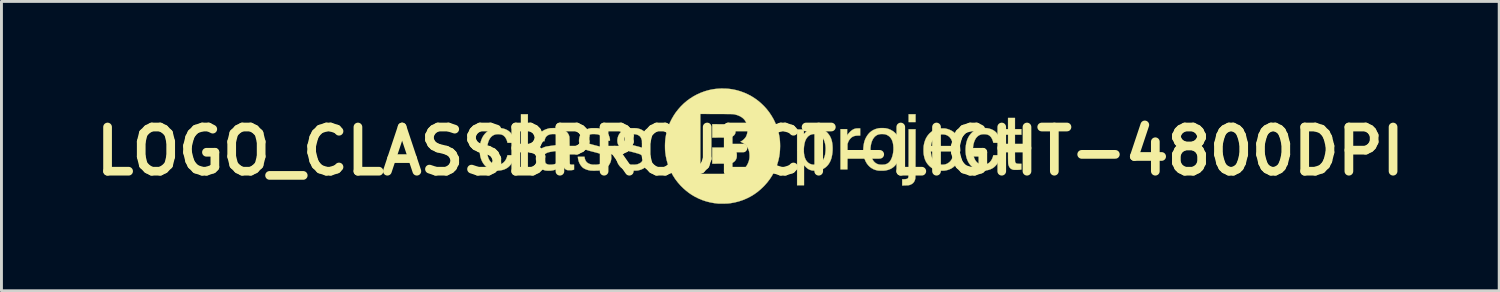
<source format=kicad_pcb>
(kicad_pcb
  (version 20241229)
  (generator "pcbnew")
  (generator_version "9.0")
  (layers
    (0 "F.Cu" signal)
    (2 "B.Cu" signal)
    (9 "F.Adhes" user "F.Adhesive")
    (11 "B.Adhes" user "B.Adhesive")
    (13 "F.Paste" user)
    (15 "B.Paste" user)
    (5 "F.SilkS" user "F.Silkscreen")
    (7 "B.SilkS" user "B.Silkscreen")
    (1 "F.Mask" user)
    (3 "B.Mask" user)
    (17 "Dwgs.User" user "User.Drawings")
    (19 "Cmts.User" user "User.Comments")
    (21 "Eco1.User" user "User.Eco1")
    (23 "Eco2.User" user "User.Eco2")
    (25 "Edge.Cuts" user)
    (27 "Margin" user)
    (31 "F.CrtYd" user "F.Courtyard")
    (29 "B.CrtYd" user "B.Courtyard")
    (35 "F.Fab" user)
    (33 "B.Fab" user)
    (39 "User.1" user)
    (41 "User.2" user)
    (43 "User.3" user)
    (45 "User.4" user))
  (footprint "LOGO_CLASSBPROJECT-LIGHT-4800DPI"
    (layer "F.Cu")
    (at 22.831 2.166)
    (property "Reference" "LOGO_CLASSBPROJECT-LIGHT-4800DPI" (at 0 0 0) (layer "F.SilkS") (effects (font (size 1.524 1.524) (thickness 0.3))))
    (attr through_hole)
    (fp_poly (pts (xy -7.673 0.624) (xy -7.911 0.624) (xy -7.911 -1.275) (xy -7.673 -1.275) (xy -7.673 0.624)) (stroke (width 0.01) (type solid)) (fill yes) (layer "F.SilkS"))
    (fp_poly (pts (xy 5.699 -1.005) (xy 5.461 -1.005) (xy 5.461 -1.275) (xy 5.699 -1.275) (xy 5.699 -1.005)) (stroke (width 0.01) (type solid)) (fill yes) (layer "F.SilkS"))
    (fp_poly (pts (xy 3.789 -0.54) (xy 3.718 -0.54) (xy 3.657 -0.537) (xy 3.604 -0.528) (xy 3.557 -0.513) (xy 3.516 -0.492) (xy 3.478 -0.463) (xy 3.457 -0.442) (xy 3.426 -0.406) (xy 3.401 -0.37) (xy 3.381 -0.329) (xy 3.369 -0.298) (xy 3.352 -0.251) (xy 3.351 0.187) (xy 3.349 0.624) (xy 3.111 0.624) (xy 3.111 -0.762) (xy 3.339 -0.762) (xy 3.339 -0.543) (xy 3.354 -0.567) (xy 3.373 -0.593) (xy 3.397 -0.622) (xy 3.424 -0.652) (xy 3.453 -0.681) (xy 3.48 -0.705) (xy 3.484 -0.708) (xy 3.526 -0.738) (xy 3.567 -0.761) (xy 3.609 -0.776) (xy 3.655 -0.785) (xy 3.708 -0.788) (xy 3.722 -0.788) (xy 3.789 -0.788) (xy 3.789 -0.54)) (stroke (width 0.01) (type solid)) (fill yes) (layer "F.SilkS"))
    (fp_poly (pts (xy -1.044 -0.127) (xy -0.97 -0.127) (xy -0.907 -0.127) (xy -0.852 -0.126) (xy -0.805 -0.125) (xy -0.765 -0.123) (xy -0.731 -0.121) (xy -0.702 -0.118) (xy -0.677 -0.115) (xy -0.655 -0.111) (xy -0.636 -0.105) (xy -0.619 -0.099) (xy -0.601 -0.092) (xy -0.589 -0.086) (xy -0.548 -0.061) (xy -0.515 -0.028) (xy -0.489 0.011) (xy -0.473 0.056) (xy -0.469 0.078) (xy -0.467 0.107) (xy -0.466 0.14) (xy -0.467 0.173) (xy -0.47 0.203) (xy -0.471 0.215) (xy -0.485 0.262) (xy -0.507 0.305) (xy -0.537 0.343) (xy -0.573 0.374) (xy -0.605 0.392) (xy -0.619 0.399) (xy -0.633 0.404) (xy -0.646 0.409) (xy -0.66 0.413) (xy -0.676 0.416) (xy -0.695 0.419) (xy -0.717 0.421) (xy -0.744 0.423) (xy -0.776 0.424) (xy -0.815 0.425) (xy -0.861 0.426) (xy -0.915 0.426) (xy -0.979 0.427) (xy -1.012 0.427) (xy -1.312 0.429) (xy -1.312 -0.127) (xy -1.044 -0.127)) (stroke (width 0.01) (type solid)) (fill yes) (layer "F.SilkS"))
    (fp_poly (pts (xy -1.028 -0.93) (xy -0.962 -0.929) (xy -0.906 -0.929) (xy -0.858 -0.928) (xy -0.818 -0.927) (xy -0.784 -0.926) (xy -0.755 -0.924) (xy -0.731 -0.922) (xy -0.711 -0.92) (xy -0.692 -0.917) (xy -0.676 -0.914) (xy -0.659 -0.91) (xy -0.641 -0.905) (xy -0.633 -0.903) (xy -0.597 -0.887) (xy -0.564 -0.862) (xy -0.541 -0.834) (xy -0.529 -0.814) (xy -0.52 -0.794) (xy -0.515 -0.771) (xy -0.512 -0.744) (xy -0.511 -0.709) (xy -0.511 -0.701) (xy -0.511 -0.671) (xy -0.513 -0.65) (xy -0.515 -0.632) (xy -0.52 -0.617) (xy -0.523 -0.608) (xy -0.543 -0.571) (xy -0.571 -0.54) (xy -0.607 -0.515) (xy -0.617 -0.51) (xy -0.632 -0.503) (xy -0.646 -0.497) (xy -0.66 -0.492) (xy -0.674 -0.487) (xy -0.69 -0.484) (xy -0.708 -0.481) (xy -0.73 -0.479) (xy -0.757 -0.477) (xy -0.789 -0.475) (xy -0.827 -0.474) (xy -0.872 -0.474) (xy -0.926 -0.473) (xy -0.989 -0.473) (xy -1.02 -0.472) (xy -1.312 -0.47) (xy -1.312 -0.932) (xy -1.028 -0.93)) (stroke (width 0.01) (type solid)) (fill yes) (layer "F.SilkS"))
    (fp_poly (pts (xy 5.698 0.083) (xy 5.697 0.194) (xy 5.697 0.295) (xy 5.697 0.387) (xy 5.697 0.469) (xy 5.696 0.542) (xy 5.696 0.608) (xy 5.696 0.666) (xy 5.695 0.717) (xy 5.695 0.761) (xy 5.695 0.8) (xy 5.694 0.833) (xy 5.694 0.86) (xy 5.693 0.883) (xy 5.692 0.903) (xy 5.692 0.918) (xy 5.691 0.931) (xy 5.69 0.941) (xy 5.689 0.949) (xy 5.688 0.955) (xy 5.687 0.96) (xy 5.669 1.014) (xy 5.645 1.059) (xy 5.614 1.097) (xy 5.574 1.128) (xy 5.527 1.152) (xy 5.485 1.167) (xy 5.469 1.171) (xy 5.447 1.174) (xy 5.42 1.176) (xy 5.385 1.177) (xy 5.346 1.179) (xy 5.239 1.181) (xy 5.239 0.968) (xy 5.272 0.968) (xy 5.301 0.967) (xy 5.333 0.965) (xy 5.364 0.961) (xy 5.391 0.956) (xy 5.411 0.95) (xy 5.413 0.949) (xy 5.429 0.94) (xy 5.44 0.927) (xy 5.448 0.907) (xy 5.454 0.878) (xy 5.456 0.87) (xy 5.456 0.859) (xy 5.457 0.838) (xy 5.458 0.807) (xy 5.458 0.767) (xy 5.459 0.717) (xy 5.459 0.657) (xy 5.46 0.589) (xy 5.46 0.513) (xy 5.46 0.428) (xy 5.461 0.335) (xy 5.461 0.234) (xy 5.461 0.126) (xy 5.461 0.038) (xy 5.461 -0.757) (xy 5.699 -0.757) (xy 5.698 0.083)) (stroke (width 0.01) (type solid)) (fill yes) (layer "F.SilkS"))
    (fp_poly (pts (xy 9.128 -0.762) (xy 9.35 -0.762) (xy 9.35 -0.572) (xy 9.128 -0.572) (xy 9.128 -0.107) (xy 9.128 -0.026) (xy 9.128 0.045) (xy 9.128 0.107) (xy 9.129 0.16) (xy 9.129 0.205) (xy 9.129 0.244) (xy 9.129 0.275) (xy 9.13 0.301) (xy 9.131 0.322) (xy 9.131 0.338) (xy 9.132 0.351) (xy 9.133 0.36) (xy 9.134 0.368) (xy 9.136 0.373) (xy 9.138 0.377) (xy 9.138 0.378) (xy 9.149 0.397) (xy 9.161 0.412) (xy 9.178 0.422) (xy 9.2 0.429) (xy 9.228 0.432) (xy 9.265 0.434) (xy 9.279 0.434) (xy 9.35 0.434) (xy 9.35 0.628) (xy 9.32 0.635) (xy 9.3 0.638) (xy 9.272 0.641) (xy 9.239 0.642) (xy 9.203 0.643) (xy 9.166 0.644) (xy 9.131 0.643) (xy 9.101 0.642) (xy 9.076 0.64) (xy 9.063 0.638) (xy 9.019 0.622) (xy 8.981 0.599) (xy 8.95 0.569) (xy 8.926 0.53) (xy 8.907 0.483) (xy 8.899 0.451) (xy 8.897 0.444) (xy 8.896 0.435) (xy 8.895 0.424) (xy 8.894 0.41) (xy 8.893 0.393) (xy 8.892 0.371) (xy 8.892 0.345) (xy 8.891 0.313) (xy 8.891 0.275) (xy 8.89 0.23) (xy 8.89 0.177) (xy 8.89 0.117) (xy 8.89 0.047) (xy 8.89 -0.032) (xy 8.89 -0.079) (xy 8.89 -0.572) (xy 8.7 -0.572) (xy 8.7 -0.762) (xy 8.89 -0.762) (xy 8.89 -1.148) (xy 9.128 -1.148) (xy 9.128 -0.762)) (stroke (width 0.01) (type solid)) (fill yes) (layer "F.SilkS"))
    (fp_poly (pts (xy -8.639 -0.798) (xy -8.605 -0.796) (xy -8.588 -0.794) (xy -8.512 -0.779) (xy -8.443 -0.756) (xy -8.381 -0.726) (xy -8.326 -0.69) (xy -8.279 -0.647) (xy -8.261 -0.626) (xy -8.229 -0.58) (xy -8.202 -0.525) (xy -8.179 -0.463) (xy -8.161 -0.392) (xy -8.147 -0.314) (xy -8.144 -0.291) (xy -8.375 -0.291) (xy -8.387 -0.337) (xy -8.404 -0.389) (xy -8.427 -0.437) (xy -8.454 -0.48) (xy -8.479 -0.51) (xy -8.512 -0.539) (xy -8.547 -0.56) (xy -8.587 -0.575) (xy -8.633 -0.584) (xy -8.687 -0.587) (xy -8.7 -0.587) (xy -8.735 -0.586) (xy -8.767 -0.584) (xy -8.791 -0.58) (xy -8.792 -0.579) (xy -8.847 -0.56) (xy -8.896 -0.532) (xy -8.939 -0.495) (xy -8.977 -0.449) (xy -9.009 -0.394) (xy -9.036 -0.33) (xy -9.057 -0.256) (xy -9.067 -0.208) (xy -9.073 -0.17) (xy -9.077 -0.125) (xy -9.079 -0.076) (xy -9.079 -0.026) (xy -9.079 0.022) (xy -9.076 0.065) (xy -9.073 0.09) (xy -9.059 0.16) (xy -9.039 0.225) (xy -9.014 0.283) (xy -8.983 0.334) (xy -8.948 0.376) (xy -8.915 0.405) (xy -8.882 0.427) (xy -8.844 0.442) (xy -8.818 0.45) (xy -8.782 0.456) (xy -8.741 0.46) (xy -8.698 0.46) (xy -8.658 0.457) (xy -8.631 0.452) (xy -8.582 0.435) (xy -8.536 0.409) (xy -8.494 0.373) (xy -8.458 0.329) (xy -8.426 0.278) (xy -8.4 0.219) (xy -8.382 0.16) (xy -8.376 0.138) (xy -8.143 0.138) (xy -8.147 0.157) (xy -8.165 0.243) (xy -8.189 0.32) (xy -8.219 0.389) (xy -8.256 0.45) (xy -8.299 0.503) (xy -8.349 0.549) (xy -8.385 0.575) (xy -8.435 0.604) (xy -8.486 0.627) (xy -8.542 0.645) (xy -8.605 0.658) (xy -8.606 0.659) (xy -8.635 0.662) (xy -8.67 0.665) (xy -8.71 0.666) (xy -8.751 0.666) (xy -8.791 0.665) (xy -8.826 0.663) (xy -8.855 0.66) (xy -8.86 0.659) (xy -8.933 0.639) (xy -9.001 0.61) (xy -9.064 0.572) (xy -9.122 0.526) (xy -9.173 0.472) (xy -9.218 0.41) (xy -9.257 0.341) (xy -9.288 0.264) (xy -9.308 0.199) (xy -9.322 0.127) (xy -9.331 0.049) (xy -9.334 -0.033) (xy -9.332 -0.117) (xy -9.324 -0.2) (xy -9.31 -0.28) (xy -9.302 -0.315) (xy -9.276 -0.397) (xy -9.243 -0.472) (xy -9.202 -0.541) (xy -9.153 -0.603) (xy -9.098 -0.658) (xy -9.037 -0.705) (xy -8.97 -0.743) (xy -8.897 -0.773) (xy -8.861 -0.784) (xy -8.835 -0.789) (xy -8.801 -0.793) (xy -8.762 -0.796) (xy -8.721 -0.798) (xy -8.679 -0.799) (xy -8.639 -0.798)) (stroke (width 0.01) (type solid)) (fill yes) (layer "F.SilkS"))
    (fp_poly (pts (xy 8.12 -0.798) (xy 8.154 -0.796) (xy 8.171 -0.794) (xy 8.246 -0.779) (xy 8.315 -0.756) (xy 8.378 -0.726) (xy 8.433 -0.69) (xy 8.48 -0.647) (xy 8.497 -0.626) (xy 8.529 -0.58) (xy 8.557 -0.525) (xy 8.58 -0.463) (xy 8.598 -0.392) (xy 8.612 -0.314) (xy 8.615 -0.291) (xy 8.384 -0.291) (xy 8.371 -0.337) (xy 8.354 -0.389) (xy 8.332 -0.437) (xy 8.305 -0.48) (xy 8.28 -0.51) (xy 8.247 -0.539) (xy 8.212 -0.56) (xy 8.172 -0.575) (xy 8.125 -0.584) (xy 8.072 -0.587) (xy 8.059 -0.587) (xy 8.024 -0.586) (xy 7.992 -0.584) (xy 7.968 -0.58) (xy 7.966 -0.579) (xy 7.912 -0.56) (xy 7.863 -0.532) (xy 7.82 -0.495) (xy 7.782 -0.449) (xy 7.75 -0.394) (xy 7.723 -0.33) (xy 7.701 -0.256) (xy 7.691 -0.208) (xy 7.686 -0.17) (xy 7.682 -0.125) (xy 7.68 -0.076) (xy 7.679 -0.026) (xy 7.68 0.022) (xy 7.683 0.065) (xy 7.686 0.09) (xy 7.7 0.16) (xy 7.719 0.225) (xy 7.745 0.283) (xy 7.775 0.334) (xy 7.811 0.376) (xy 7.844 0.405) (xy 7.877 0.427) (xy 7.915 0.442) (xy 7.941 0.45) (xy 7.976 0.456) (xy 8.018 0.46) (xy 8.061 0.46) (xy 8.101 0.457) (xy 8.127 0.452) (xy 8.177 0.435) (xy 8.223 0.409) (xy 8.264 0.373) (xy 8.301 0.329) (xy 8.333 0.278) (xy 8.359 0.219) (xy 8.377 0.16) (xy 8.382 0.138) (xy 8.615 0.138) (xy 8.612 0.157) (xy 8.594 0.243) (xy 8.57 0.32) (xy 8.539 0.389) (xy 8.503 0.45) (xy 8.459 0.503) (xy 8.409 0.549) (xy 8.374 0.575) (xy 8.324 0.604) (xy 8.272 0.627) (xy 8.217 0.645) (xy 8.154 0.658) (xy 8.152 0.659) (xy 8.124 0.662) (xy 8.088 0.665) (xy 8.049 0.666) (xy 8.007 0.666) (xy 7.968 0.665) (xy 7.933 0.663) (xy 7.904 0.66) (xy 7.898 0.659) (xy 7.826 0.639) (xy 7.757 0.61) (xy 7.694 0.572) (xy 7.637 0.526) (xy 7.586 0.472) (xy 7.54 0.41) (xy 7.502 0.341) (xy 7.471 0.264) (xy 7.451 0.199) (xy 7.436 0.127) (xy 7.428 0.049) (xy 7.424 -0.033) (xy 7.427 -0.117) (xy 7.435 -0.2) (xy 7.449 -0.28) (xy 7.457 -0.315) (xy 7.482 -0.397) (xy 7.516 -0.472) (xy 7.557 -0.541) (xy 7.605 -0.603) (xy 7.66 -0.658) (xy 7.722 -0.705) (xy 7.789 -0.743) (xy 7.862 -0.773) (xy 7.898 -0.784) (xy 7.924 -0.789) (xy 7.957 -0.793) (xy 7.996 -0.796) (xy 8.038 -0.798) (xy 8.08 -0.799) (xy 8.12 -0.798)) (stroke (width 0.01) (type solid)) (fill yes) (layer "F.SilkS"))
    (fp_poly (pts (xy 2.312 -0.796) (xy 2.339 -0.795) (xy 2.361 -0.795) (xy 2.378 -0.793) (xy 2.393 -0.79) (xy 2.408 -0.787) (xy 2.425 -0.782) (xy 2.426 -0.781) (xy 2.496 -0.755) (xy 2.56 -0.719) (xy 2.619 -0.674) (xy 2.673 -0.622) (xy 2.719 -0.562) (xy 2.759 -0.496) (xy 2.79 -0.424) (xy 2.796 -0.406) (xy 2.814 -0.342) (xy 2.827 -0.271) (xy 2.835 -0.194) (xy 2.839 -0.114) (xy 2.838 -0.032) (xy 2.832 0.05) (xy 2.821 0.129) (xy 2.806 0.204) (xy 2.797 0.241) (xy 2.769 0.321) (xy 2.733 0.393) (xy 2.691 0.458) (xy 2.641 0.515) (xy 2.585 0.564) (xy 2.521 0.605) (xy 2.495 0.619) (xy 2.461 0.635) (xy 2.43 0.648) (xy 2.401 0.657) (xy 2.371 0.663) (xy 2.337 0.667) (xy 2.298 0.669) (xy 2.252 0.669) (xy 2.246 0.669) (xy 2.21 0.669) (xy 2.182 0.669) (xy 2.16 0.668) (xy 2.143 0.666) (xy 2.128 0.664) (xy 2.113 0.66) (xy 2.097 0.656) (xy 2.093 0.654) (xy 2.054 0.641) (xy 2.021 0.626) (xy 1.991 0.609) (xy 1.961 0.587) (xy 1.929 0.559) (xy 1.912 0.542) (xy 1.852 0.484) (xy 1.852 0.829) (xy 1.852 1.175) (xy 1.614 1.175) (xy 1.614 -0.012) (xy 1.845 -0.012) (xy 1.85 0.071) (xy 1.861 0.146) (xy 1.879 0.215) (xy 1.903 0.275) (xy 1.933 0.328) (xy 1.97 0.372) (xy 2.012 0.409) (xy 2.061 0.436) (xy 2.115 0.456) (xy 2.135 0.46) (xy 2.159 0.463) (xy 2.189 0.465) (xy 2.223 0.465) (xy 2.255 0.464) (xy 2.284 0.461) (xy 2.304 0.457) (xy 2.351 0.44) (xy 2.397 0.414) (xy 2.441 0.38) (xy 2.48 0.341) (xy 2.512 0.297) (xy 2.523 0.276) (xy 2.548 0.223) (xy 2.566 0.168) (xy 2.581 0.108) (xy 2.59 0.041) (xy 2.596 -0.029) (xy 2.597 -0.112) (xy 2.591 -0.19) (xy 2.578 -0.264) (xy 2.56 -0.332) (xy 2.535 -0.394) (xy 2.505 -0.448) (xy 2.468 -0.494) (xy 2.461 -0.503) (xy 2.421 -0.537) (xy 2.377 -0.562) (xy 2.328 -0.58) (xy 2.274 -0.59) (xy 2.22 -0.593) (xy 2.187 -0.592) (xy 2.157 -0.589) (xy 2.133 -0.585) (xy 2.13 -0.585) (xy 2.075 -0.566) (xy 2.026 -0.538) (xy 1.983 -0.501) (xy 1.946 -0.455) (xy 1.914 -0.401) (xy 1.888 -0.338) (xy 1.869 -0.267) (xy 1.855 -0.187) (xy 1.847 -0.102) (xy 1.845 -0.012) (xy 1.614 -0.012) (xy 1.614 -0.751) (xy 1.847 -0.751) (xy 1.847 -0.594) (xy 1.904 -0.65) (xy 1.95 -0.692) (xy 1.995 -0.726) (xy 2.042 -0.752) (xy 2.093 -0.773) (xy 2.138 -0.787) (xy 2.153 -0.791) (xy 2.17 -0.793) (xy 2.19 -0.795) (xy 2.217 -0.796) (xy 2.25 -0.796) (xy 2.275 -0.796) (xy 2.312 -0.796)) (stroke (width 0.01) (type solid)) (fill yes) (layer "F.SilkS"))
    (fp_poly (pts (xy 4.584 -0.798) (xy 4.626 -0.796) (xy 4.663 -0.793) (xy 4.676 -0.791) (xy 4.755 -0.772) (xy 4.829 -0.743) (xy 4.899 -0.705) (xy 4.963 -0.658) (xy 5.003 -0.622) (xy 5.051 -0.568) (xy 5.091 -0.509) (xy 5.124 -0.444) (xy 5.148 -0.381) (xy 5.16 -0.337) (xy 5.17 -0.294) (xy 5.177 -0.248) (xy 5.181 -0.198) (xy 5.184 -0.14) (xy 5.184 -0.131) (xy 5.184 -0.029) (xy 5.176 0.066) (xy 5.16 0.154) (xy 5.137 0.238) (xy 5.106 0.317) (xy 5.067 0.392) (xy 5.044 0.429) (xy 4.999 0.487) (xy 4.948 0.538) (xy 4.891 0.58) (xy 4.827 0.615) (xy 4.756 0.642) (xy 4.678 0.661) (xy 4.659 0.664) (xy 4.632 0.667) (xy 4.598 0.67) (xy 4.559 0.671) (xy 4.517 0.671) (xy 4.477 0.671) (xy 4.44 0.669) (xy 4.408 0.667) (xy 4.389 0.664) (xy 4.313 0.645) (xy 4.241 0.617) (xy 4.176 0.58) (xy 4.117 0.535) (xy 4.064 0.481) (xy 4.017 0.419) (xy 3.981 0.357) (xy 3.948 0.282) (xy 3.923 0.2) (xy 3.906 0.113) (xy 3.897 0.021) (xy 3.897 -0.044) (xy 4.143 -0.044) (xy 4.147 0.035) (xy 4.157 0.109) (xy 4.173 0.178) (xy 4.195 0.24) (xy 4.222 0.296) (xy 4.255 0.345) (xy 4.293 0.385) (xy 4.335 0.417) (xy 4.356 0.428) (xy 4.388 0.443) (xy 4.419 0.453) (xy 4.451 0.46) (xy 4.487 0.463) (xy 4.529 0.464) (xy 4.551 0.464) (xy 4.584 0.463) (xy 4.61 0.462) (xy 4.63 0.46) (xy 4.647 0.456) (xy 4.664 0.452) (xy 4.676 0.448) (xy 4.722 0.429) (xy 4.762 0.404) (xy 4.798 0.371) (xy 4.829 0.33) (xy 4.857 0.281) (xy 4.882 0.223) (xy 4.892 0.194) (xy 4.914 0.116) (xy 4.928 0.038) (xy 4.936 -0.043) (xy 4.936 -0.129) (xy 4.936 -0.13) (xy 4.931 -0.197) (xy 4.923 -0.256) (xy 4.911 -0.309) (xy 4.895 -0.359) (xy 4.873 -0.407) (xy 4.872 -0.41) (xy 4.84 -0.46) (xy 4.801 -0.504) (xy 4.754 -0.539) (xy 4.702 -0.566) (xy 4.683 -0.573) (xy 4.663 -0.58) (xy 4.646 -0.585) (xy 4.627 -0.588) (xy 4.605 -0.59) (xy 4.576 -0.591) (xy 4.563 -0.592) (xy 4.515 -0.592) (xy 4.475 -0.589) (xy 4.44 -0.583) (xy 4.406 -0.573) (xy 4.373 -0.559) (xy 4.327 -0.531) (xy 4.286 -0.495) (xy 4.25 -0.45) (xy 4.218 -0.397) (xy 4.192 -0.337) (xy 4.171 -0.271) (xy 4.156 -0.198) (xy 4.146 -0.121) (xy 4.143 -0.044) (xy 3.897 -0.044) (xy 3.897 -0.075) (xy 3.899 -0.121) (xy 3.908 -0.201) (xy 3.92 -0.274) (xy 3.937 -0.341) (xy 3.959 -0.404) (xy 3.985 -0.46) (xy 4.027 -0.533) (xy 4.075 -0.597) (xy 4.129 -0.653) (xy 4.189 -0.7) (xy 4.256 -0.738) (xy 4.328 -0.767) (xy 4.406 -0.788) (xy 4.422 -0.791) (xy 4.455 -0.795) (xy 4.495 -0.798) (xy 4.539 -0.799) (xy 4.584 -0.798)) (stroke (width 0.01) (type solid)) (fill yes) (layer "F.SilkS"))
    (fp_poly (pts (xy 6.677 -0.787) (xy 6.718 -0.784) (xy 6.737 -0.781) (xy 6.81 -0.763) (xy 6.879 -0.738) (xy 6.944 -0.706) (xy 7.003 -0.668) (xy 7.055 -0.624) (xy 7.099 -0.576) (xy 7.116 -0.554) (xy 7.143 -0.512) (xy 7.165 -0.469) (xy 7.184 -0.424) (xy 7.2 -0.375) (xy 7.212 -0.321) (xy 7.222 -0.261) (xy 7.229 -0.194) (xy 7.234 -0.118) (xy 7.236 -0.075) (xy 7.239 0.005) (xy 6.228 0.005) (xy 6.228 0.028) (xy 6.23 0.05) (xy 6.233 0.08) (xy 6.238 0.113) (xy 6.244 0.146) (xy 6.251 0.176) (xy 6.255 0.19) (xy 6.276 0.25) (xy 6.303 0.305) (xy 6.337 0.352) (xy 6.375 0.391) (xy 6.418 0.422) (xy 6.436 0.432) (xy 6.47 0.446) (xy 6.504 0.456) (xy 6.54 0.462) (xy 6.581 0.465) (xy 6.628 0.464) (xy 6.66 0.463) (xy 6.685 0.461) (xy 6.705 0.458) (xy 6.723 0.454) (xy 6.742 0.448) (xy 6.744 0.448) (xy 6.801 0.423) (xy 6.852 0.389) (xy 6.896 0.348) (xy 6.933 0.3) (xy 6.962 0.245) (xy 6.967 0.23) (xy 6.982 0.191) (xy 7.1 0.191) (xy 7.218 0.191) (xy 7.215 0.21) (xy 7.203 0.257) (xy 7.184 0.307) (xy 7.158 0.358) (xy 7.128 0.409) (xy 7.094 0.457) (xy 7.057 0.499) (xy 7.048 0.508) (xy 6.992 0.557) (xy 6.929 0.598) (xy 6.86 0.629) (xy 6.785 0.653) (xy 6.717 0.666) (xy 6.684 0.67) (xy 6.645 0.672) (xy 6.602 0.672) (xy 6.558 0.671) (xy 6.516 0.668) (xy 6.479 0.665) (xy 6.456 0.661) (xy 6.383 0.64) (xy 6.313 0.61) (xy 6.247 0.569) (xy 6.185 0.519) (xy 6.18 0.514) (xy 6.13 0.462) (xy 6.088 0.407) (xy 6.053 0.348) (xy 6.024 0.283) (xy 6.002 0.212) (xy 5.985 0.132) (xy 5.979 0.095) (xy 5.977 0.066) (xy 5.975 0.029) (xy 5.974 -0.012) (xy 5.974 -0.057) (xy 5.975 -0.101) (xy 5.977 -0.142) (xy 5.98 -0.177) (xy 5.981 -0.18) (xy 6.232 -0.18) (xy 6.611 -0.18) (xy 6.684 -0.18) (xy 6.747 -0.18) (xy 6.8 -0.18) (xy 6.845 -0.18) (xy 6.883 -0.18) (xy 6.913 -0.181) (xy 6.937 -0.181) (xy 6.956 -0.182) (xy 6.969 -0.183) (xy 6.979 -0.184) (xy 6.985 -0.185) (xy 6.988 -0.186) (xy 6.99 -0.188) (xy 6.99 -0.189) (xy 6.989 -0.205) (xy 6.985 -0.229) (xy 6.98 -0.257) (xy 6.973 -0.286) (xy 6.966 -0.315) (xy 6.959 -0.34) (xy 6.958 -0.341) (xy 6.935 -0.399) (xy 6.904 -0.45) (xy 6.867 -0.493) (xy 6.824 -0.527) (xy 6.793 -0.545) (xy 6.753 -0.562) (xy 6.714 -0.573) (xy 6.67 -0.58) (xy 6.62 -0.582) (xy 6.617 -0.582) (xy 6.556 -0.578) (xy 6.502 -0.568) (xy 6.454 -0.549) (xy 6.446 -0.545) (xy 6.394 -0.511) (xy 6.349 -0.47) (xy 6.31 -0.421) (xy 6.279 -0.365) (xy 6.255 -0.303) (xy 6.239 -0.235) (xy 6.236 -0.21) (xy 6.232 -0.18) (xy 5.981 -0.18) (xy 5.982 -0.194) (xy 6 -0.285) (xy 6.027 -0.37) (xy 6.061 -0.449) (xy 6.104 -0.521) (xy 6.156 -0.587) (xy 6.19 -0.623) (xy 6.249 -0.673) (xy 6.312 -0.714) (xy 6.382 -0.747) (xy 6.455 -0.771) (xy 6.491 -0.778) (xy 6.535 -0.784) (xy 6.582 -0.787) (xy 6.63 -0.788) (xy 6.677 -0.787)) (stroke (width 0.01) (type solid)) (fill yes) (layer "F.SilkS"))
    (fp_poly (pts (xy -5.332 -0.796) (xy -5.29 -0.795) (xy -5.255 -0.793) (xy -5.224 -0.789) (xy -5.196 -0.783) (xy -5.169 -0.776) (xy -5.139 -0.766) (xy -5.121 -0.76) (xy -5.067 -0.736) (xy -5.018 -0.706) (xy -4.987 -0.683) (xy -4.949 -0.645) (xy -4.915 -0.601) (xy -4.886 -0.553) (xy -4.864 -0.502) (xy -4.849 -0.451) (xy -4.842 -0.402) (xy -4.842 -0.393) (xy -4.842 -0.365) (xy -5.063 -0.365) (xy -5.069 -0.394) (xy -5.079 -0.427) (xy -5.095 -0.461) (xy -5.113 -0.492) (xy -5.134 -0.516) (xy -5.136 -0.518) (xy -5.165 -0.54) (xy -5.202 -0.56) (xy -5.243 -0.576) (xy -5.257 -0.58) (xy -5.279 -0.584) (xy -5.308 -0.588) (xy -5.343 -0.59) (xy -5.38 -0.592) (xy -5.417 -0.592) (xy -5.451 -0.591) (xy -5.48 -0.589) (xy -5.491 -0.588) (xy -5.535 -0.576) (xy -5.575 -0.558) (xy -5.61 -0.535) (xy -5.638 -0.507) (xy -5.653 -0.484) (xy -5.66 -0.464) (xy -5.665 -0.439) (xy -5.666 -0.427) (xy -5.664 -0.388) (xy -5.653 -0.352) (xy -5.632 -0.32) (xy -5.602 -0.291) (xy -5.561 -0.266) (xy -5.524 -0.249) (xy -5.509 -0.244) (xy -5.486 -0.237) (xy -5.455 -0.228) (xy -5.419 -0.219) (xy -5.379 -0.208) (xy -5.336 -0.197) (xy -5.313 -0.191) (xy -5.238 -0.172) (xy -5.172 -0.155) (xy -5.115 -0.138) (xy -5.066 -0.123) (xy -5.024 -0.108) (xy -4.988 -0.094) (xy -4.958 -0.079) (xy -4.931 -0.064) (xy -4.909 -0.048) (xy -4.902 -0.043) (xy -4.878 -0.02) (xy -4.854 0.01) (xy -4.833 0.044) (xy -4.818 0.077) (xy -4.817 0.079) (xy -4.802 0.133) (xy -4.795 0.191) (xy -4.796 0.251) (xy -4.805 0.311) (xy -4.821 0.369) (xy -4.839 0.412) (xy -4.874 0.471) (xy -4.916 0.522) (xy -4.966 0.566) (xy -5.023 0.602) (xy -5.088 0.632) (xy -5.16 0.654) (xy -5.164 0.655) (xy -5.183 0.659) (xy -5.2 0.662) (xy -5.218 0.665) (xy -5.237 0.666) (xy -5.261 0.668) (xy -5.291 0.669) (xy -5.328 0.669) (xy -5.35 0.67) (xy -5.388 0.67) (xy -5.425 0.67) (xy -5.459 0.669) (xy -5.488 0.668) (xy -5.509 0.667) (xy -5.517 0.666) (xy -5.575 0.655) (xy -5.633 0.639) (xy -5.687 0.618) (xy -5.736 0.594) (xy -5.771 0.571) (xy -5.798 0.547) (xy -5.826 0.516) (xy -5.854 0.48) (xy -5.878 0.442) (xy -5.892 0.415) (xy -5.913 0.368) (xy -5.929 0.315) (xy -5.941 0.26) (xy -5.945 0.229) (xy -5.949 0.191) (xy -5.721 0.191) (xy -5.717 0.21) (xy -5.714 0.227) (xy -5.71 0.248) (xy -5.707 0.261) (xy -5.69 0.31) (xy -5.665 0.352) (xy -5.633 0.388) (xy -5.592 0.417) (xy -5.543 0.439) (xy -5.485 0.456) (xy -5.459 0.461) (xy -5.433 0.463) (xy -5.401 0.465) (xy -5.364 0.465) (xy -5.326 0.464) (xy -5.29 0.462) (xy -5.258 0.458) (xy -5.232 0.454) (xy -5.226 0.453) (xy -5.189 0.44) (xy -5.153 0.424) (xy -5.119 0.406) (xy -5.092 0.386) (xy -5.079 0.375) (xy -5.055 0.343) (xy -5.039 0.307) (xy -5.03 0.269) (xy -5.03 0.23) (xy -5.039 0.192) (xy -5.054 0.162) (xy -5.063 0.149) (xy -5.074 0.138) (xy -5.087 0.127) (xy -5.103 0.117) (xy -5.123 0.107) (xy -5.148 0.096) (xy -5.178 0.086) (xy -5.215 0.074) (xy -5.26 0.062) (xy -5.312 0.047) (xy -5.374 0.031) (xy -5.403 0.024) (xy -5.461 0.009) (xy -5.51 -0.004) (xy -5.551 -0.015) (xy -5.586 -0.025) (xy -5.615 -0.034) (xy -5.64 -0.042) (xy -5.662 -0.05) (xy -5.682 -0.059) (xy -5.701 -0.067) (xy -5.72 -0.077) (xy -5.721 -0.077) (xy -5.776 -0.11) (xy -5.822 -0.148) (xy -5.858 -0.19) (xy -5.885 -0.237) (xy -5.902 -0.289) (xy -5.909 -0.344) (xy -5.908 -0.394) (xy -5.898 -0.462) (xy -5.878 -0.525) (xy -5.85 -0.582) (xy -5.813 -0.633) (xy -5.768 -0.679) (xy -5.714 -0.718) (xy -5.653 -0.75) (xy -5.584 -0.776) (xy -5.553 -0.784) (xy -5.537 -0.788) (xy -5.521 -0.791) (xy -5.505 -0.793) (xy -5.486 -0.795) (xy -5.462 -0.796) (xy -5.432 -0.796) (xy -5.394 -0.796) (xy -5.382 -0.796) (xy -5.332 -0.796)) (stroke (width 0.01) (type solid)) (fill yes) (layer "F.SilkS"))
    (fp_poly (pts (xy -4.009 -0.796) (xy -3.967 -0.795) (xy -3.932 -0.793) (xy -3.901 -0.789) (xy -3.873 -0.783) (xy -3.846 -0.776) (xy -3.817 -0.766) (xy -3.798 -0.76) (xy -3.744 -0.736) (xy -3.695 -0.706) (xy -3.664 -0.683) (xy -3.626 -0.645) (xy -3.592 -0.601) (xy -3.563 -0.553) (xy -3.541 -0.502) (xy -3.526 -0.451) (xy -3.519 -0.402) (xy -3.519 -0.393) (xy -3.519 -0.365) (xy -3.74 -0.365) (xy -3.747 -0.394) (xy -3.756 -0.427) (xy -3.772 -0.461) (xy -3.79 -0.492) (xy -3.811 -0.516) (xy -3.813 -0.518) (xy -3.842 -0.54) (xy -3.879 -0.56) (xy -3.92 -0.576) (xy -3.934 -0.58) (xy -3.956 -0.584) (xy -3.986 -0.588) (xy -4.02 -0.59) (xy -4.057 -0.592) (xy -4.094 -0.592) (xy -4.128 -0.591) (xy -4.157 -0.589) (xy -4.169 -0.588) (xy -4.212 -0.576) (xy -4.252 -0.558) (xy -4.287 -0.535) (xy -4.315 -0.507) (xy -4.33 -0.484) (xy -4.337 -0.464) (xy -4.342 -0.439) (xy -4.343 -0.427) (xy -4.342 -0.388) (xy -4.33 -0.352) (xy -4.309 -0.32) (xy -4.279 -0.291) (xy -4.238 -0.266) (xy -4.201 -0.249) (xy -4.186 -0.244) (xy -4.163 -0.237) (xy -4.132 -0.228) (xy -4.096 -0.219) (xy -4.056 -0.208) (xy -4.014 -0.197) (xy -3.99 -0.191) (xy -3.915 -0.172) (xy -3.849 -0.155) (xy -3.792 -0.138) (xy -3.743 -0.123) (xy -3.701 -0.108) (xy -3.666 -0.094) (xy -3.635 -0.079) (xy -3.609 -0.064) (xy -3.586 -0.048) (xy -3.579 -0.043) (xy -3.555 -0.02) (xy -3.531 0.01) (xy -3.51 0.044) (xy -3.495 0.077) (xy -3.494 0.079) (xy -3.479 0.133) (xy -3.472 0.191) (xy -3.473 0.251) (xy -3.482 0.311) (xy -3.498 0.369) (xy -3.516 0.412) (xy -3.551 0.471) (xy -3.593 0.522) (xy -3.643 0.566) (xy -3.7 0.602) (xy -3.765 0.632) (xy -3.838 0.654) (xy -3.841 0.655) (xy -3.86 0.659) (xy -3.877 0.662) (xy -3.895 0.665) (xy -3.914 0.666) (xy -3.938 0.668) (xy -3.968 0.669) (xy -4.005 0.669) (xy -4.027 0.67) (xy -4.065 0.67) (xy -4.103 0.67) (xy -4.136 0.669) (xy -4.165 0.668) (xy -4.186 0.667) (xy -4.194 0.666) (xy -4.252 0.655) (xy -4.31 0.639) (xy -4.364 0.618) (xy -4.413 0.594) (xy -4.448 0.571) (xy -4.475 0.547) (xy -4.503 0.516) (xy -4.531 0.48) (xy -4.555 0.442) (xy -4.569 0.415) (xy -4.59 0.368) (xy -4.606 0.315) (xy -4.618 0.26) (xy -4.622 0.229) (xy -4.626 0.191) (xy -4.398 0.191) (xy -4.395 0.21) (xy -4.391 0.227) (xy -4.387 0.248) (xy -4.384 0.261) (xy -4.367 0.31) (xy -4.342 0.352) (xy -4.31 0.388) (xy -4.269 0.417) (xy -4.22 0.439) (xy -4.162 0.456) (xy -4.136 0.461) (xy -4.11 0.463) (xy -4.078 0.465) (xy -4.041 0.465) (xy -4.003 0.464) (xy -3.967 0.462) (xy -3.935 0.458) (xy -3.91 0.454) (xy -3.903 0.453) (xy -3.866 0.44) (xy -3.83 0.424) (xy -3.796 0.406) (xy -3.769 0.386) (xy -3.757 0.375) (xy -3.732 0.343) (xy -3.716 0.307) (xy -3.707 0.269) (xy -3.707 0.23) (xy -3.716 0.192) (xy -3.731 0.162) (xy -3.741 0.149) (xy -3.751 0.138) (xy -3.764 0.127) (xy -3.78 0.117) (xy -3.8 0.107) (xy -3.825 0.096) (xy -3.856 0.086) (xy -3.893 0.074) (xy -3.937 0.062) (xy -3.989 0.047) (xy -4.051 0.031) (xy -4.08 0.024) (xy -4.138 0.009) (xy -4.187 -0.004) (xy -4.229 -0.015) (xy -4.263 -0.025) (xy -4.292 -0.034) (xy -4.317 -0.042) (xy -4.339 -0.05) (xy -4.359 -0.059) (xy -4.378 -0.067) (xy -4.397 -0.077) (xy -4.398 -0.077) (xy -4.453 -0.11) (xy -4.499 -0.148) (xy -4.535 -0.19) (xy -4.562 -0.237) (xy -4.579 -0.289) (xy -4.586 -0.344) (xy -4.586 -0.394) (xy -4.575 -0.462) (xy -4.556 -0.525) (xy -4.527 -0.582) (xy -4.49 -0.633) (xy -4.445 -0.679) (xy -4.391 -0.718) (xy -4.33 -0.75) (xy -4.261 -0.776) (xy -4.23 -0.784) (xy -4.214 -0.788) (xy -4.198 -0.791) (xy -4.182 -0.793) (xy -4.163 -0.795) (xy -4.139 -0.796) (xy -4.109 -0.796) (xy -4.071 -0.796) (xy -4.059 -0.796) (xy -4.009 -0.796)) (stroke (width 0.01) (type solid)) (fill yes) (layer "F.SilkS"))
    (fp_poly (pts (xy -0.864 -2.16) (xy -0.777 -2.155) (xy -0.693 -2.146) (xy -0.611 -2.133) (xy -0.525 -2.116) (xy -0.472 -2.104) (xy -0.337 -2.065) (xy -0.205 -2.016) (xy -0.078 -1.959) (xy 0.045 -1.893) (xy 0.162 -1.818) (xy 0.274 -1.736) (xy 0.379 -1.646) (xy 0.479 -1.549) (xy 0.571 -1.446) (xy 0.656 -1.336) (xy 0.733 -1.22) (xy 0.803 -1.1) (xy 0.863 -0.974) (xy 0.915 -0.844) (xy 0.957 -0.709) (xy 0.968 -0.669) (xy 0.987 -0.586) (xy 1.002 -0.508) (xy 1.013 -0.432) (xy 1.021 -0.354) (xy 1.025 -0.271) (xy 1.027 -0.182) (xy 1.027 -0.174) (xy 1.023 -0.048) (xy 1.013 0.073) (xy 0.996 0.189) (xy 0.971 0.304) (xy 0.938 0.419) (xy 0.922 0.468) (xy 0.871 0.602) (xy 0.812 0.73) (xy 0.744 0.851) (xy 0.668 0.967) (xy 0.582 1.079) (xy 0.487 1.186) (xy 0.463 1.211) (xy 0.356 1.313) (xy 0.245 1.406) (xy 0.128 1.489) (xy 0.006 1.563) (xy -0.121 1.627) (xy -0.252 1.682) (xy -0.388 1.728) (xy -0.529 1.764) (xy -0.674 1.791) (xy -0.7 1.794) (xy -0.732 1.798) (xy -0.765 1.801) (xy -0.802 1.804) (xy -0.843 1.805) (xy -0.892 1.806) (xy -0.929 1.807) (xy -0.969 1.807) (xy -1.006 1.807) (xy -1.04 1.807) (xy -1.068 1.807) (xy -1.089 1.807) (xy -1.1 1.806) (xy -1.101 1.806) (xy -1.249 1.789) (xy -1.39 1.763) (xy -1.527 1.728) (xy -1.659 1.684) (xy -1.786 1.631) (xy -1.91 1.569) (xy -2.016 1.507) (xy -2.116 1.439) (xy -2.215 1.362) (xy -2.311 1.278) (xy -2.402 1.188) (xy -2.486 1.094) (xy -2.562 0.997) (xy -2.594 0.953) (xy -2.673 0.829) (xy -2.697 0.783) (xy -1.725 0.783) (xy -1.212 0.783) (xy -1.124 0.783) (xy -1.042 0.783) (xy -0.966 0.783) (xy -0.896 0.782) (xy -0.834 0.782) (xy -0.779 0.781) (xy -0.733 0.781) (xy -0.695 0.78) (xy -0.667 0.779) (xy -0.649 0.778) (xy -0.645 0.778) (xy -0.564 0.768) (xy -0.492 0.754) (xy -0.427 0.736) (xy -0.369 0.714) (xy -0.316 0.686) (xy -0.267 0.654) (xy -0.221 0.615) (xy -0.217 0.611) (xy -0.163 0.553) (xy -0.118 0.488) (xy -0.081 0.418) (xy -0.053 0.344) (xy -0.034 0.265) (xy -0.034 0.264) (xy -0.029 0.224) (xy -0.027 0.179) (xy -0.027 0.131) (xy -0.03 0.085) (xy -0.035 0.042) (xy -0.042 0.008) (xy -0.065 -0.063) (xy -0.096 -0.126) (xy -0.135 -0.182) (xy -0.181 -0.231) (xy -0.235 -0.273) (xy -0.296 -0.306) (xy -0.303 -0.31) (xy -0.32 -0.318) (xy -0.333 -0.324) (xy -0.338 -0.328) (xy -0.339 -0.329) (xy -0.334 -0.333) (xy -0.324 -0.338) (xy -0.289 -0.358) (xy -0.252 -0.385) (xy -0.216 -0.418) (xy -0.184 -0.453) (xy -0.158 -0.488) (xy -0.147 -0.506) (xy -0.124 -0.56) (xy -0.107 -0.62) (xy -0.096 -0.685) (xy -0.093 -0.753) (xy -0.097 -0.821) (xy -0.108 -0.888) (xy -0.111 -0.901) (xy -0.124 -0.941) (xy -0.142 -0.984) (xy -0.163 -1.026) (xy -0.187 -1.063) (xy -0.203 -1.086) (xy -0.249 -1.134) (xy -0.303 -1.175) (xy -0.364 -1.21) (xy -0.434 -1.24) (xy -0.512 -1.263) (xy -0.558 -1.274) (xy -0.566 -1.275) (xy -0.575 -1.276) (xy -0.587 -1.278) (xy -0.601 -1.279) (xy -0.618 -1.279) (xy -0.64 -1.28) (xy -0.666 -1.281) (xy -0.698 -1.281) (xy -0.735 -1.282) (xy -0.779 -1.282) (xy -0.83 -1.283) (xy -0.889 -1.283) (xy -0.956 -1.284) (xy -1.032 -1.284) (xy -1.118 -1.284) (xy -1.163 -1.284) (xy -1.725 -1.286) (xy -1.725 0.783) (xy -2.697 0.783) (xy -2.741 0.702) (xy -2.8 0.571) (xy -2.849 0.435) (xy -2.888 0.297) (xy -2.917 0.154) (xy -2.934 0.028) (xy -2.94 -0.039) (xy -2.942 -0.112) (xy -2.943 -0.19) (xy -2.941 -0.269) (xy -2.937 -0.346) (xy -2.93 -0.418) (xy -2.926 -0.452) (xy -2.902 -0.591) (xy -2.868 -0.727) (xy -2.825 -0.859) (xy -2.773 -0.988) (xy -2.711 -1.112) (xy -2.642 -1.231) (xy -2.565 -1.345) (xy -2.48 -1.453) (xy -2.388 -1.556) (xy -2.289 -1.652) (xy -2.184 -1.741) (xy -2.072 -1.822) (xy -1.955 -1.896) (xy -1.833 -1.961) (xy -1.706 -2.018) (xy -1.575 -2.066) (xy -1.444 -2.104) (xy -1.355 -2.124) (xy -1.271 -2.139) (xy -1.189 -2.15) (xy -1.104 -2.157) (xy -1.015 -2.161) (xy -0.958 -2.161) (xy -0.864 -2.16)) (stroke (width 0.01) (type solid)) (fill yes) (layer "F.SilkS"))
    (fp_poly (pts (xy -6.665 -0.794) (xy -6.605 -0.787) (xy -6.551 -0.775) (xy -6.498 -0.759) (xy -6.447 -0.737) (xy -6.432 -0.73) (xy -6.379 -0.701) (xy -6.336 -0.667) (xy -6.3 -0.628) (xy -6.272 -0.584) (xy -6.251 -0.532) (xy -6.246 -0.516) (xy -6.244 -0.51) (xy -6.243 -0.502) (xy -6.242 -0.493) (xy -6.24 -0.481) (xy -6.239 -0.466) (xy -6.239 -0.447) (xy -6.238 -0.423) (xy -6.237 -0.394) (xy -6.237 -0.359) (xy -6.236 -0.317) (xy -6.236 -0.268) (xy -6.235 -0.211) (xy -6.235 -0.144) (xy -6.234 -0.068) (xy -6.234 -0.029) (xy -6.233 0.055) (xy -6.233 0.128) (xy -6.232 0.192) (xy -6.231 0.248) (xy -6.231 0.295) (xy -6.23 0.334) (xy -6.229 0.366) (xy -6.229 0.391) (xy -6.228 0.411) (xy -6.227 0.424) (xy -6.225 0.433) (xy -6.224 0.438) (xy -6.224 0.438) (xy -6.215 0.45) (xy -6.205 0.459) (xy -6.19 0.463) (xy -6.169 0.465) (xy -6.139 0.465) (xy -6.136 0.465) (xy -6.08 0.462) (xy -6.08 0.634) (xy -6.108 0.643) (xy -6.129 0.648) (xy -6.158 0.652) (xy -6.191 0.654) (xy -6.226 0.655) (xy -6.26 0.655) (xy -6.29 0.654) (xy -6.313 0.65) (xy -6.319 0.649) (xy -6.358 0.633) (xy -6.39 0.609) (xy -6.417 0.577) (xy -6.439 0.536) (xy -6.455 0.486) (xy -6.458 0.47) (xy -6.461 0.456) (xy -6.486 0.482) (xy -6.522 0.516) (xy -6.566 0.55) (xy -6.615 0.581) (xy -6.666 0.609) (xy -6.716 0.632) (xy -6.725 0.635) (xy -6.778 0.652) (xy -6.83 0.663) (xy -6.886 0.67) (xy -6.948 0.672) (xy -6.954 0.672) (xy -6.987 0.671) (xy -7.019 0.669) (xy -7.046 0.667) (xy -7.065 0.665) (xy -7.067 0.664) (xy -7.111 0.652) (xy -7.156 0.635) (xy -7.195 0.616) (xy -7.201 0.613) (xy -7.224 0.597) (xy -7.25 0.574) (xy -7.278 0.548) (xy -7.304 0.52) (xy -7.326 0.493) (xy -7.341 0.471) (xy -7.365 0.419) (xy -7.382 0.363) (xy -7.392 0.302) (xy -7.393 0.268) (xy -7.146 0.268) (xy -7.138 0.313) (xy -7.122 0.353) (xy -7.096 0.389) (xy -7.061 0.419) (xy -7.017 0.443) (xy -6.985 0.456) (xy -6.962 0.461) (xy -6.931 0.464) (xy -6.895 0.465) (xy -6.857 0.463) (xy -6.819 0.46) (xy -6.785 0.455) (xy -6.765 0.45) (xy -6.743 0.443) (xy -6.715 0.433) (xy -6.686 0.42) (xy -6.663 0.409) (xy -6.634 0.395) (xy -6.613 0.382) (xy -6.595 0.369) (xy -6.577 0.354) (xy -6.565 0.342) (xy -6.537 0.31) (xy -6.515 0.279) (xy -6.51 0.27) (xy -6.5 0.248) (xy -6.492 0.228) (xy -6.486 0.208) (xy -6.481 0.186) (xy -6.478 0.161) (xy -6.476 0.13) (xy -6.474 0.092) (xy -6.473 0.049) (xy -6.472 0.014) (xy -6.472 -0.017) (xy -6.472 -0.043) (xy -6.472 -0.061) (xy -6.473 -0.072) (xy -6.473 -0.074) (xy -6.479 -0.072) (xy -6.491 -0.067) (xy -6.508 -0.059) (xy -6.51 -0.058) (xy -6.537 -0.048) (xy -6.569 -0.037) (xy -6.608 -0.028) (xy -6.653 -0.018) (xy -6.706 -0.008) (xy -6.769 0.001) (xy -6.777 0.002) (xy -6.838 0.012) (xy -6.889 0.021) (xy -6.933 0.03) (xy -6.969 0.039) (xy -7 0.049) (xy -7.026 0.061) (xy -7.048 0.073) (xy -7.068 0.088) (xy -7.083 0.101) (xy -7.112 0.135) (xy -7.132 0.173) (xy -7.143 0.217) (xy -7.143 0.219) (xy -7.146 0.268) (xy -7.393 0.268) (xy -7.394 0.24) (xy -7.389 0.179) (xy -7.376 0.12) (xy -7.356 0.066) (xy -7.341 0.038) (xy -7.308 -0.009) (xy -7.266 -0.05) (xy -7.215 -0.088) (xy -7.158 -0.119) (xy -7.095 -0.145) (xy -7.035 -0.162) (xy -7.023 -0.164) (xy -7.002 -0.167) (xy -6.972 -0.172) (xy -6.936 -0.177) (xy -6.895 -0.183) (xy -6.85 -0.189) (xy -6.802 -0.195) (xy -6.779 -0.198) (xy -6.725 -0.205) (xy -6.679 -0.211) (xy -6.643 -0.216) (xy -6.613 -0.22) (xy -6.59 -0.224) (xy -6.572 -0.227) (xy -6.559 -0.23) (xy -6.548 -0.233) (xy -6.54 -0.236) (xy -6.533 -0.24) (xy -6.529 -0.242) (xy -6.508 -0.257) (xy -6.492 -0.275) (xy -6.485 -0.286) (xy -6.478 -0.3) (xy -6.473 -0.312) (xy -6.471 -0.324) (xy -6.469 -0.341) (xy -6.469 -0.365) (xy -6.469 -0.37) (xy -6.47 -0.409) (xy -6.475 -0.441) (xy -6.484 -0.467) (xy -6.498 -0.49) (xy -6.514 -0.51) (xy -6.547 -0.538) (xy -6.589 -0.561) (xy -6.639 -0.579) (xy -6.641 -0.579) (xy -6.668 -0.585) (xy -6.702 -0.588) (xy -6.741 -0.591) (xy -6.781 -0.592) (xy -6.821 -0.592) (xy -6.857 -0.59) (xy -6.887 -0.586) (xy -6.893 -0.585) (xy -6.946 -0.569) (xy -6.99 -0.547) (xy -7.027 -0.519) (xy -7.056 -0.483) (xy -7.078 -0.439) (xy -7.094 -0.388) (xy -7.099 -0.364) (xy -7.102 -0.344) (xy -7.325 -0.344) (xy -7.322 -0.387) (xy -7.312 -0.456) (xy -7.296 -0.519) (xy -7.273 -0.574) (xy -7.242 -0.623) (xy -7.204 -0.665) (xy -7.157 -0.702) (xy -7.102 -0.733) (xy -7.038 -0.76) (xy -6.966 -0.781) (xy -6.946 -0.786) (xy -6.928 -0.79) (xy -6.908 -0.793) (xy -6.886 -0.795) (xy -6.858 -0.796) (xy -6.823 -0.797) (xy -6.805 -0.798) (xy -6.731 -0.798) (xy -6.665 -0.794)) (stroke (width 0.01) (type solid)) (fill yes) (layer "F.SilkS")))
  (gr_rect
    (start -3 -3)
    (end 48.662 6.979)
    (stroke (width 0.1) (type default))
    (fill no)
    (layer "Edge.Cuts")))
</source>
